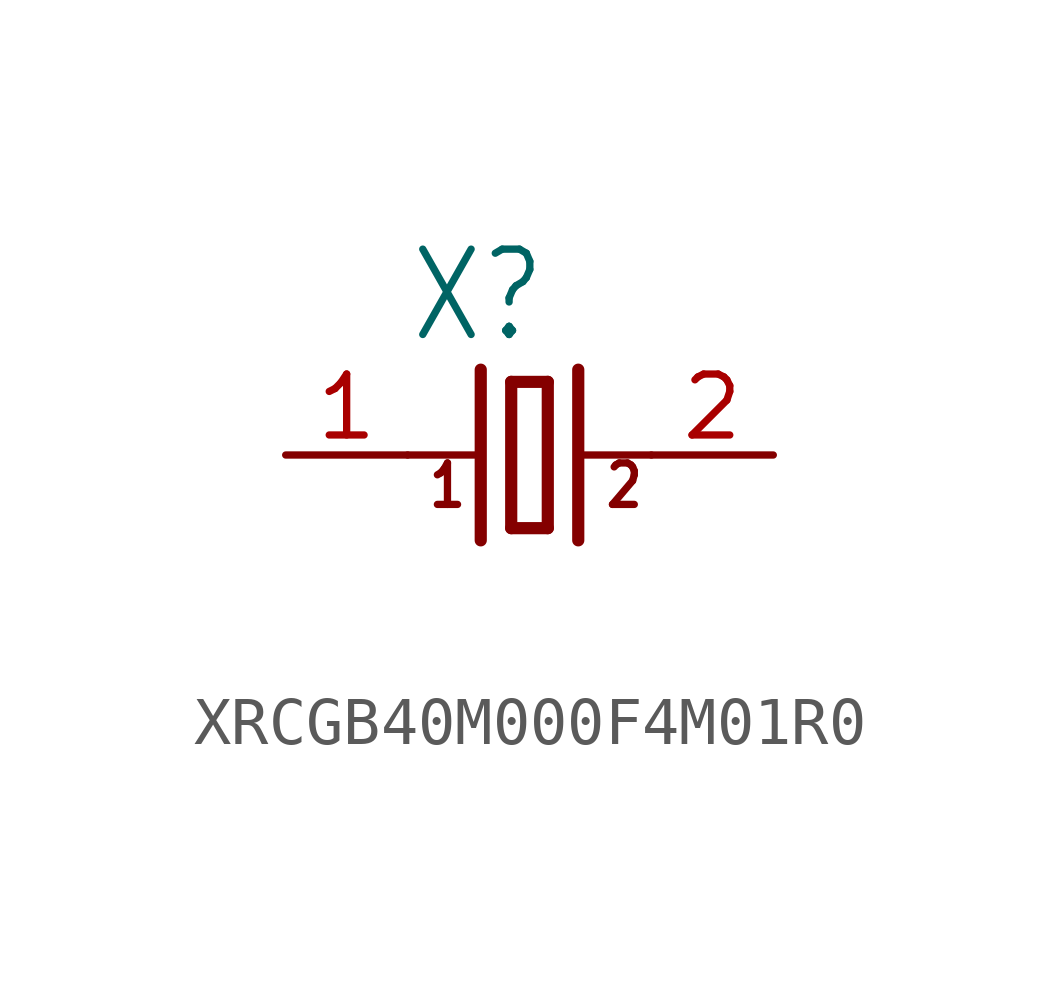
<source format=kicad_sym>
(kicad_symbol_lib
  (version 20220914)
  (generator kicad_symbol_editor)
  (symbol "XRCGB40M000F4M01R0"
    (property "Reference" "X"
      (at -2.54 2.286 0)
      (effects (font (size 1.778 1.511)) (justify left bottom)))
    (property "Value" ""
      (at -2.54 -3.81 0)
      (effects (font (size 1.778 1.511)) (justify left bottom)))
    (property "ki_locked" ""
      (at 0 0 0)
      (effects (font (size 1.27 1.27))))
    (symbol "XRCGB40M000F4M01R0_1_0"
      (polyline (pts (xy -2.54 0) (xy -1.016 0)) (stroke (width 0.152) (type solid)) (fill (type none)))
      (polyline (pts (xy -1.016 1.778) (xy -1.016 -1.778)) (stroke (width 0.254) (type solid)) (fill (type none)))
      (polyline (pts (xy -0.381 -1.524) (xy 0.381 -1.524)) (stroke (width 0.254) (type solid)) (fill (type none)))
      (polyline (pts (xy -0.381 1.524) (xy -0.381 -1.524)) (stroke (width 0.254) (type solid)) (fill (type none)))
      (polyline (pts (xy 0.381 -1.524) (xy 0.381 1.524)) (stroke (width 0.254) (type solid)) (fill (type none)))
      (polyline (pts (xy 0.381 1.524) (xy -0.381 1.524)) (stroke (width 0.254) (type solid)) (fill (type none)))
      (polyline (pts (xy 1.016 0) (xy 2.54 0)) (stroke (width 0.152) (type solid)) (fill (type none)))
      (polyline (pts (xy 1.016 1.778) (xy 1.016 -1.778)) (stroke (width 0.254) (type solid)) (fill (type none)))
      (text "1" (at -2.159 -1.143 0) (effects (font (size 0.864 0.734)) (justify left bottom)))
      (text "2" (at 1.524 -1.143 0) (effects (font (size 0.864 0.734)) (justify left bottom)))
      (pin passive line (at -5.08 0 0) (length 2.54) (name "1" (effects (font (size 0 0)))) (number "1" (effects (font (size 1.27 1.27)))))
      (pin passive line (at 5.08 0 180) (length 2.54) (name "2" (effects (font (size 0 0)))) (number "2" (effects (font (size 1.27 1.27))))))))
</source>
